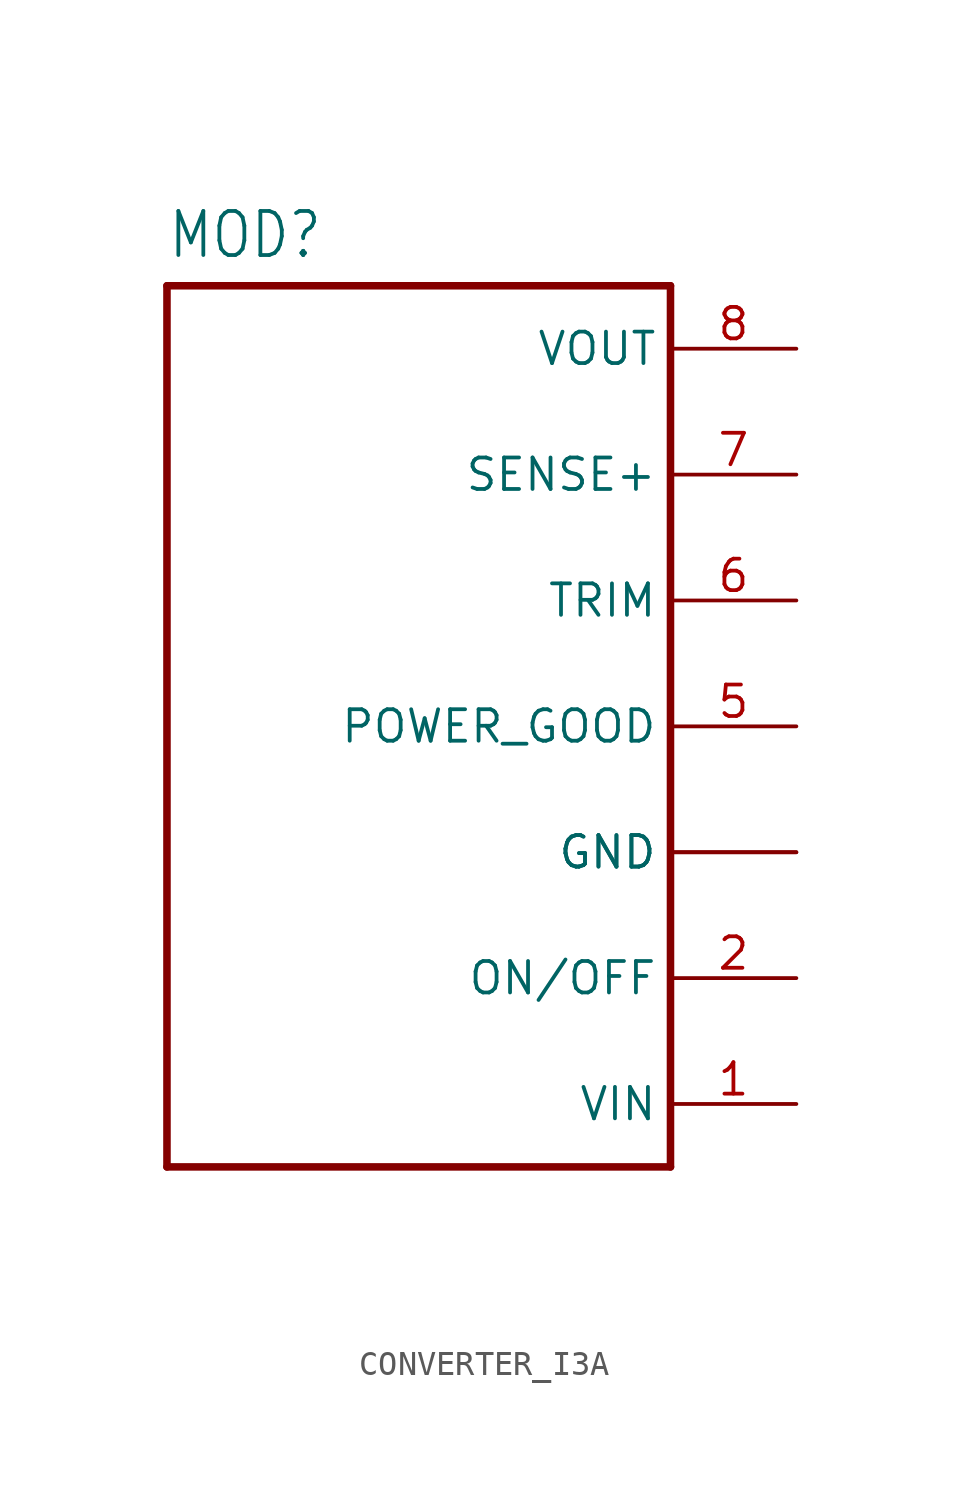
<source format=kicad_sym>
(kicad_symbol_lib
  (version 20220914)
  (generator kicad_symbol_editor)
  (symbol "CONVERTER_I3A"
    (property "Reference" "MOD"
      (at 0 36.576 0)
      (effects (font (size 1.778 1.511)) (justify left bottom)))
    (property "Value" ""
      (at 0 -2.794 0)
      (effects (font (size 1.778 1.511)) (justify left bottom)))
    (property "ki_locked" ""
      (at 0 0 0)
      (effects (font (size 1.27 1.27))))
    (symbol "CONVERTER_I3A_1_0"
      (polyline (pts (xy 0 0) (xy 0 35.56)) (stroke (width 0.305) (type solid)) (fill (type none)))
      (polyline (pts (xy 0 35.56) (xy 20.32 35.56)) (stroke (width 0.305) (type solid)) (fill (type none)))
      (polyline (pts (xy 20.32 0) (xy 0 0)) (stroke (width 0.305) (type solid)) (fill (type none)))
      (polyline (pts (xy 20.32 35.56) (xy 20.32 0)) (stroke (width 0.305) (type solid)) (fill (type none)))
      (pin bidirectional line (at 25.4 2.54 180) (length 5.08) (name "VIN" (effects (font (size 1.27 1.27)))) (number "1" (effects (font (size 1.27 1.27)))))
      (pin bidirectional line (at 25.4 7.62 180) (length 5.08) (name "ON/OFF" (effects (font (size 1.27 1.27)))) (number "2" (effects (font (size 1.27 1.27)))))
      (pin bidirectional line (at 25.4 12.7 180) (length 5.08) (name "GND" (effects (font (size 1.27 1.27)))) (number "3" (effects (font (size 0 0)))))
      (pin bidirectional line (at 25.4 12.7 180) (length 5.08) (name "GND" (effects (font (size 1.27 1.27)))) (number "4" (effects (font (size 0 0)))))
      (pin bidirectional line (at 25.4 17.78 180) (length 5.08) (name "POWER_GOOD" (effects (font (size 1.27 1.27)))) (number "5" (effects (font (size 1.27 1.27)))))
      (pin bidirectional line (at 25.4 22.86 180) (length 5.08) (name "TRIM" (effects (font (size 1.27 1.27)))) (number "6" (effects (font (size 1.27 1.27)))))
      (pin bidirectional line (at 25.4 27.94 180) (length 5.08) (name "SENSE+" (effects (font (size 1.27 1.27)))) (number "7" (effects (font (size 1.27 1.27)))))
      (pin bidirectional line (at 25.4 33.02 180) (length 5.08) (name "VOUT" (effects (font (size 1.27 1.27)))) (number "8" (effects (font (size 1.27 1.27))))))))
</source>
